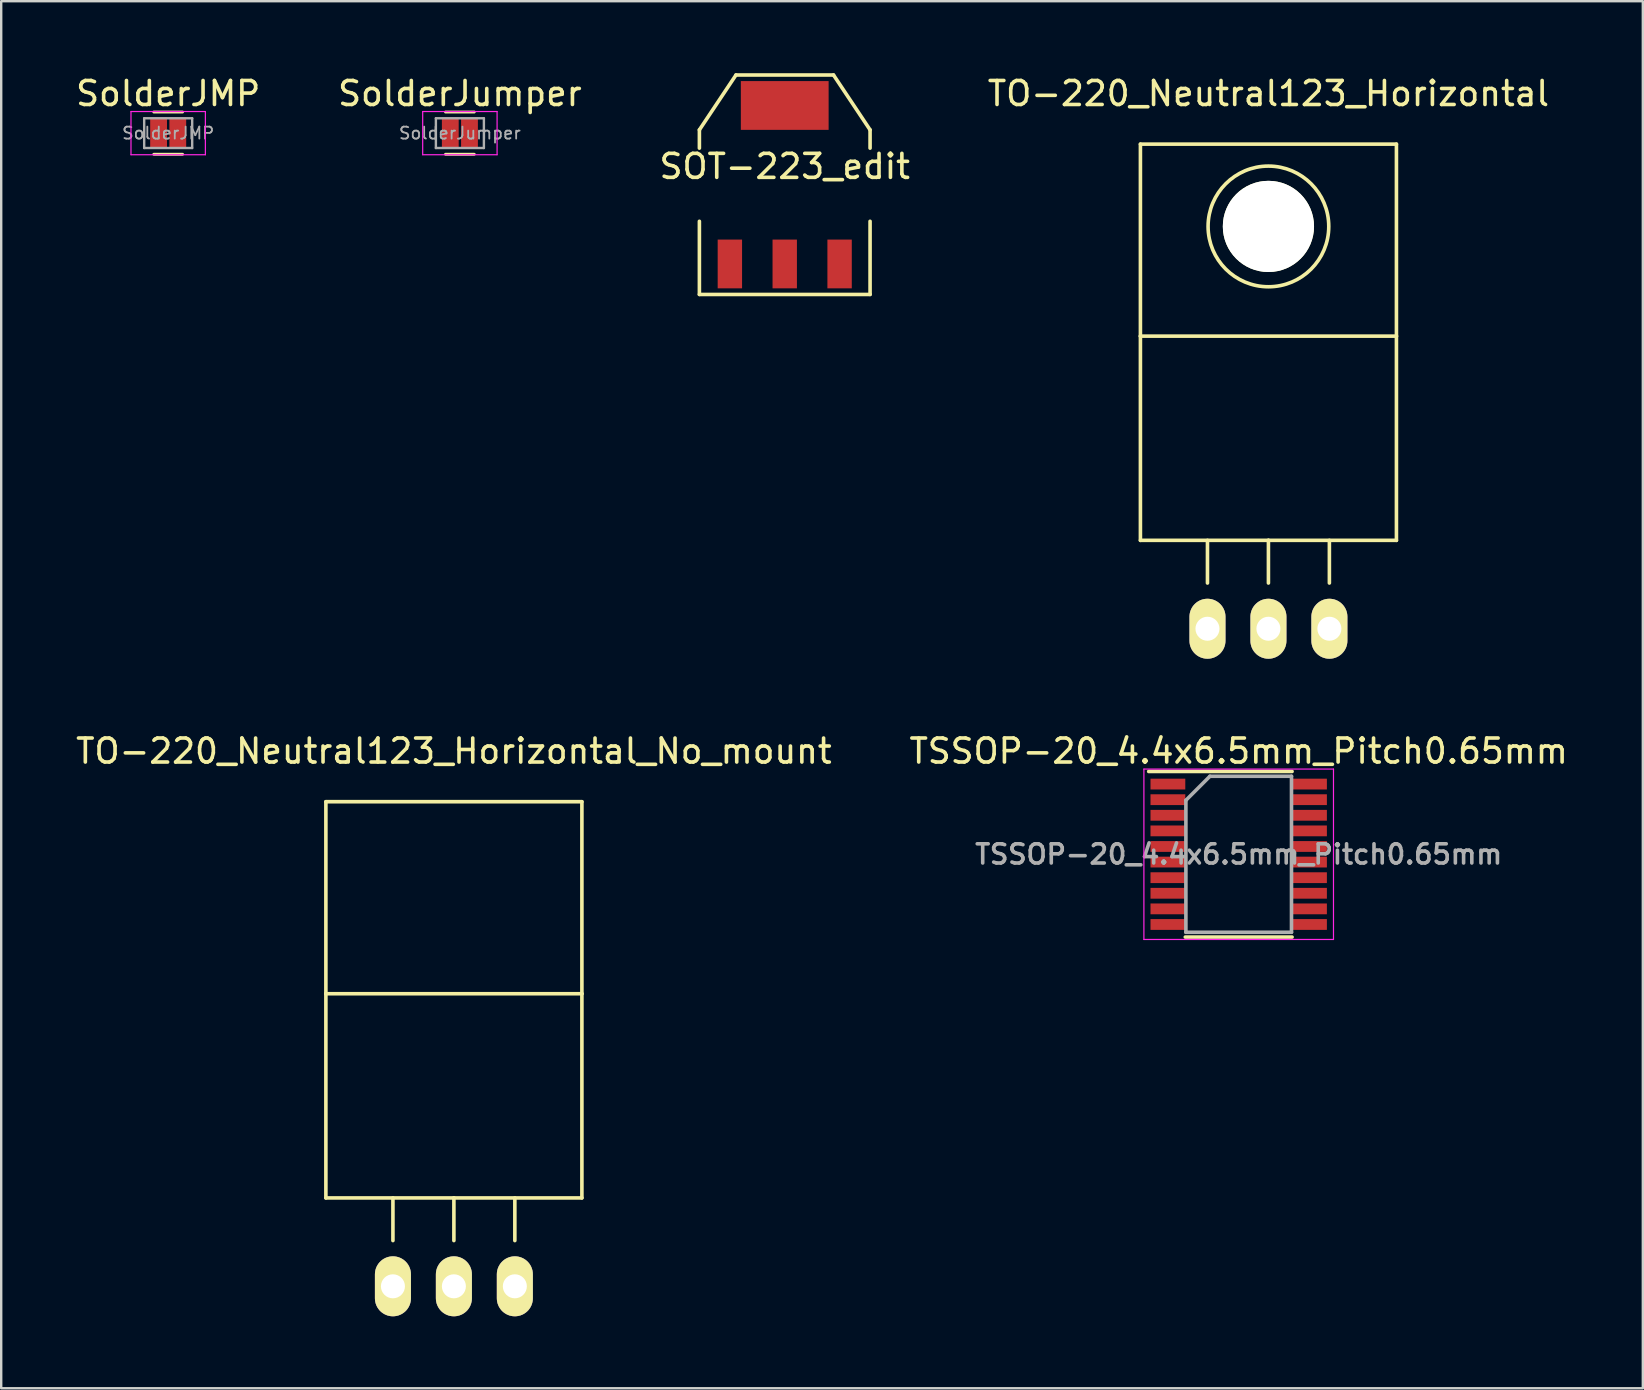
<source format=kicad_pcb>
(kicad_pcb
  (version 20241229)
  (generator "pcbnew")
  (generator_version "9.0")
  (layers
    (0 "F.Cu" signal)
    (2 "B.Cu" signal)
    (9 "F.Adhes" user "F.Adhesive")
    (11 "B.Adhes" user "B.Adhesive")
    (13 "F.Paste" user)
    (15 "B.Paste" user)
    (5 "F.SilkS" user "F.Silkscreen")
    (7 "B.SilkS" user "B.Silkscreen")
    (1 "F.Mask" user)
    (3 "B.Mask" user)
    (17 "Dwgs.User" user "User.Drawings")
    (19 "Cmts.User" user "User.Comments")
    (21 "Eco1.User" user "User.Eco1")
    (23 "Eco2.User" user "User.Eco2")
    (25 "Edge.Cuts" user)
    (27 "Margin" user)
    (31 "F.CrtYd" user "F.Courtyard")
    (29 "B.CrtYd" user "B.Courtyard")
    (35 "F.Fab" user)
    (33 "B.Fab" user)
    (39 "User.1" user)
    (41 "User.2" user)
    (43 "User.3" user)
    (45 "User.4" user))
  (footprint "SolderJumper"
    (layer "F.Cu")
    (at 16.113 2.498)
    (property "Reference" "SolderJumper" (at 0 -1.65 0) (layer "F.SilkS") (effects (font (size 1 1) (thickness 0.15))))
    (attr smd)
    (fp_line (start -0.6 -0.88) (end 0.6 -0.88) (stroke (width 0.12) (type solid)) (layer "F.SilkS"))
    (fp_line (start 0.6 0.88) (end -0.6 0.88) (stroke (width 0.12) (type solid)) (layer "F.SilkS"))
    (fp_line (start -1.55 -0.9) (end -1.55 0.9) (stroke (width 0.05) (type solid)) (layer "F.CrtYd"))
    (fp_line (start -1.55 -0.9) (end 1.55 -0.9) (stroke (width 0.05) (type solid)) (layer "F.CrtYd"))
    (fp_line (start 1.55 0.9) (end -1.55 0.9) (stroke (width 0.05) (type solid)) (layer "F.CrtYd"))
    (fp_line (start 1.55 0.9) (end 1.55 -0.9) (stroke (width 0.05) (type solid)) (layer "F.CrtYd"))
    (fp_line (start -1 -0.62) (end 1 -0.62) (stroke (width 0.1) (type solid)) (layer "F.Fab"))
    (fp_line (start -1 0.62) (end -1 -0.62) (stroke (width 0.1) (type solid)) (layer "F.Fab"))
    (fp_line (start 1 -0.62) (end 1 0.62) (stroke (width 0.1) (type solid)) (layer "F.Fab"))
    (fp_line (start 1 0.62) (end -1 0.62) (stroke (width 0.1) (type solid)) (layer "F.Fab"))
    (fp_text user "${REFERENCE}" (at 0 0 0) (layer "F.Fab") (effects (font (size 0.5 0.5) (thickness 0.075))))
    (pad "1" smd rect (at -0.4 0) (size 0.7 1.3) (layers "F.Cu" "F.Mask" "F.Paste"))
    (pad "2" smd rect (at 0.4 0) (size 0.7 1.3) (layers "F.Cu" "F.Mask" "F.Paste")))
  (footprint "TO-220_Neutral123_Horizontal_No_mount"
    (layer "F.Cu")
    (at 15.863 50.549)
    (property "Reference" "TO-220_Neutral123_Horizontal_No_mount" (at 0 -22.301 0) (layer "F.SilkS") (effects (font (size 1 1) (thickness 0.15))))
    (attr through_hole)
    (fp_line (start -5.334 -20.193) (end -5.334 -12.192) (stroke (width 0.15) (type solid)) (layer "F.SilkS"))
    (fp_line (start -5.334 -12.192) (end -5.334 -3.683) (stroke (width 0.15) (type solid)) (layer "F.SilkS"))
    (fp_line (start -2.54 -3.683) (end -2.54 -1.905) (stroke (width 0.15) (type solid)) (layer "F.SilkS"))
    (fp_line (start 0 -3.683) (end -5.334 -3.683) (stroke (width 0.15) (type solid)) (layer "F.SilkS"))
    (fp_line (start 0 -3.683) (end 0 -1.905) (stroke (width 0.15) (type solid)) (layer "F.SilkS"))
    (fp_line (start 0 -3.683) (end 5.334 -3.683) (stroke (width 0.15) (type solid)) (layer "F.SilkS"))
    (fp_line (start 2.54 -3.683) (end 2.54 -1.905) (stroke (width 0.15) (type solid)) (layer "F.SilkS"))
    (fp_line (start 5.334 -20.193) (end -5.334 -20.193) (stroke (width 0.15) (type solid)) (layer "F.SilkS"))
    (fp_line (start 5.334 -12.192) (end -5.334 -12.192) (stroke (width 0.15) (type solid)) (layer "F.SilkS"))
    (fp_line (start 5.334 -12.192) (end 5.334 -20.193) (stroke (width 0.15) (type solid)) (layer "F.SilkS"))
    (fp_line (start 5.334 -3.683) (end 5.334 -12.192) (stroke (width 0.15) (type solid)) (layer "F.SilkS"))
    (pad "1" thru_hole oval (at -2.54 0 90) (size 2.499 1.501) (drill 1.001) (layers "*.Cu" "*.Mask" "F.SilkS"))
    (pad "2" thru_hole oval (at 0 0 90) (size 2.499 1.501) (drill 1.001) (layers "*.Cu" "*.Mask" "F.SilkS"))
    (pad "3" thru_hole oval (at 2.54 0 90) (size 2.499 1.501) (drill 1.001) (layers "*.Cu" "*.Mask" "F.SilkS")))
  (footprint "TSSOP-20_4.4x6.5mm_Pitch0.65mm"
    (layer "F.Cu")
    (at 48.565 32.547)
    (property "Reference" "TSSOP-20_4.4x6.5mm_Pitch0.65mm" (at 0 -4.3 0) (layer "F.SilkS") (effects (font (size 1 1) (thickness 0.15))))
    (attr smd)
    (fp_line (start -3.75 -3.45) (end 2.225 -3.45) (stroke (width 0.15) (type solid)) (layer "F.SilkS"))
    (fp_line (start -2.225 3.45) (end 2.225 3.45) (stroke (width 0.15) (type solid)) (layer "F.SilkS"))
    (fp_line (start -3.95 -3.55) (end -3.95 3.55) (stroke (width 0.05) (type solid)) (layer "F.CrtYd"))
    (fp_line (start -3.95 -3.55) (end 3.95 -3.55) (stroke (width 0.05) (type solid)) (layer "F.CrtYd"))
    (fp_line (start -3.95 3.55) (end 3.95 3.55) (stroke (width 0.05) (type solid)) (layer "F.CrtYd"))
    (fp_line (start 3.95 -3.55) (end 3.95 3.55) (stroke (width 0.05) (type solid)) (layer "F.CrtYd"))
    (fp_line (start -2.2 -2.25) (end -1.2 -3.25) (stroke (width 0.15) (type solid)) (layer "F.Fab"))
    (fp_line (start -2.2 3.25) (end -2.2 -2.25) (stroke (width 0.15) (type solid)) (layer "F.Fab"))
    (fp_line (start -1.2 -3.25) (end 2.2 -3.25) (stroke (width 0.15) (type solid)) (layer "F.Fab"))
    (fp_line (start 2.2 -3.25) (end 2.2 3.25) (stroke (width 0.15) (type solid)) (layer "F.Fab"))
    (fp_line (start 2.2 3.25) (end -2.2 3.25) (stroke (width 0.15) (type solid)) (layer "F.Fab"))
    (fp_text user "${REFERENCE}" (at 0 0 0) (layer "F.Fab") (effects (font (size 0.8 0.8) (thickness 0.15))))
    (pad "1" smd rect (at -2.95 -2.925) (size 1.45 0.45) (layers "F.Cu" "F.Mask" "F.Paste"))
    (pad "2" smd rect (at -2.95 -2.275) (size 1.45 0.45) (layers "F.Cu" "F.Mask" "F.Paste"))
    (pad "3" smd rect (at -2.95 -1.625) (size 1.45 0.45) (layers "F.Cu" "F.Mask" "F.Paste"))
    (pad "4" smd rect (at -2.95 -0.975) (size 1.45 0.45) (layers "F.Cu" "F.Mask" "F.Paste"))
    (pad "5" smd rect (at -2.95 -0.325) (size 1.45 0.45) (layers "F.Cu" "F.Mask" "F.Paste"))
    (pad "6" smd rect (at -2.95 0.325) (size 1.45 0.45) (layers "F.Cu" "F.Mask" "F.Paste"))
    (pad "7" smd rect (at -2.95 0.975) (size 1.45 0.45) (layers "F.Cu" "F.Mask" "F.Paste"))
    (pad "8" smd rect (at -2.95 1.625) (size 1.45 0.45) (layers "F.Cu" "F.Mask" "F.Paste"))
    (pad "9" smd rect (at -2.95 2.275) (size 1.45 0.45) (layers "F.Cu" "F.Mask" "F.Paste"))
    (pad "10" smd rect (at -2.95 2.925) (size 1.45 0.45) (layers "F.Cu" "F.Mask" "F.Paste"))
    (pad "11" smd rect (at 2.95 2.925) (size 1.45 0.45) (layers "F.Cu" "F.Mask" "F.Paste"))
    (pad "12" smd rect (at 2.95 2.275) (size 1.45 0.45) (layers "F.Cu" "F.Mask" "F.Paste"))
    (pad "13" smd rect (at 2.95 1.625) (size 1.45 0.45) (layers "F.Cu" "F.Mask" "F.Paste"))
    (pad "14" smd rect (at 2.95 0.975) (size 1.45 0.45) (layers "F.Cu" "F.Mask" "F.Paste"))
    (pad "15" smd rect (at 2.95 0.325) (size 1.45 0.45) (layers "F.Cu" "F.Mask" "F.Paste"))
    (pad "16" smd rect (at 2.95 -0.325) (size 1.45 0.45) (layers "F.Cu" "F.Mask" "F.Paste"))
    (pad "17" smd rect (at 2.95 -0.975) (size 1.45 0.45) (layers "F.Cu" "F.Mask" "F.Paste"))
    (pad "18" smd rect (at 2.95 -1.625) (size 1.45 0.45) (layers "F.Cu" "F.Mask" "F.Paste"))
    (pad "19" smd rect (at 2.95 -2.275) (size 1.45 0.45) (layers "F.Cu" "F.Mask" "F.Paste"))
    (pad "20" smd rect (at 2.95 -2.925) (size 1.45 0.45) (layers "F.Cu" "F.Mask" "F.Paste")))
  (footprint "SolderJMP"
    (layer "F.Cu")
    (at 3.958 2.498)
    (property "Reference" "SolderJMP" (at 0 -1.65 0) (layer "F.SilkS") (effects (font (size 1 1) (thickness 0.15))))
    (attr smd)
    (fp_line (start -0.6 -0.88) (end 0.6 -0.88) (stroke (width 0.12) (type solid)) (layer "F.SilkS"))
    (fp_line (start 0.6 0.88) (end -0.6 0.88) (stroke (width 0.12) (type solid)) (layer "F.SilkS"))
    (fp_line (start -1.55 -0.9) (end -1.55 0.9) (stroke (width 0.05) (type solid)) (layer "F.CrtYd"))
    (fp_line (start -1.55 -0.9) (end 1.55 -0.9) (stroke (width 0.05) (type solid)) (layer "F.CrtYd"))
    (fp_line (start 1.55 0.9) (end -1.55 0.9) (stroke (width 0.05) (type solid)) (layer "F.CrtYd"))
    (fp_line (start 1.55 0.9) (end 1.55 -0.9) (stroke (width 0.05) (type solid)) (layer "F.CrtYd"))
    (fp_line (start -1 -0.62) (end 1 -0.62) (stroke (width 0.1) (type solid)) (layer "F.Fab"))
    (fp_line (start -1 0.62) (end -1 -0.62) (stroke (width 0.1) (type solid)) (layer "F.Fab"))
    (fp_line (start 1 -0.62) (end 1 0.62) (stroke (width 0.1) (type solid)) (layer "F.Fab"))
    (fp_line (start 1 0.62) (end -1 0.62) (stroke (width 0.1) (type solid)) (layer "F.Fab"))
    (fp_text user "${REFERENCE}" (at 0 0 0) (layer "F.Fab") (effects (font (size 0.5 0.5) (thickness 0.075))))
    (pad "1" smd rect (at -0.4 0) (size 0.7 1.3) (layers "F.Cu" "F.Mask" "F.Paste"))
    (pad "2" smd rect (at 0.4 0) (size 0.7 1.3) (layers "F.Cu" "F.Mask" "F.Paste")))
  (footprint "TO-220_Neutral123_Horizontal"
    (layer "F.Cu")
    (at 49.804 23.149)
    (property "Reference" "TO-220_Neutral123_Horizontal" (at 0 -22.301 0) (layer "F.SilkS") (effects (font (size 1 1) (thickness 0.15))))
    (attr through_hole)
    (fp_line (start -5.334 -20.193) (end -5.334 -12.192) (stroke (width 0.15) (type solid)) (layer "F.SilkS"))
    (fp_line (start -5.334 -12.192) (end -5.334 -3.683) (stroke (width 0.15) (type solid)) (layer "F.SilkS"))
    (fp_line (start -2.54 -3.683) (end -2.54 -1.905) (stroke (width 0.15) (type solid)) (layer "F.SilkS"))
    (fp_line (start 0 -3.683) (end -5.334 -3.683) (stroke (width 0.15) (type solid)) (layer "F.SilkS"))
    (fp_line (start 0 -3.683) (end 0 -1.905) (stroke (width 0.15) (type solid)) (layer "F.SilkS"))
    (fp_line (start 0 -3.683) (end 5.334 -3.683) (stroke (width 0.15) (type solid)) (layer "F.SilkS"))
    (fp_line (start 2.54 -3.683) (end 2.54 -1.905) (stroke (width 0.15) (type solid)) (layer "F.SilkS"))
    (fp_line (start 5.334 -20.193) (end -5.334 -20.193) (stroke (width 0.15) (type solid)) (layer "F.SilkS"))
    (fp_line (start 5.334 -12.192) (end -5.334 -12.192) (stroke (width 0.15) (type solid)) (layer "F.SilkS"))
    (fp_line (start 5.334 -12.192) (end 5.334 -20.193) (stroke (width 0.15) (type solid)) (layer "F.SilkS"))
    (fp_line (start 5.334 -3.683) (end 5.334 -12.192) (stroke (width 0.15) (type solid)) (layer "F.SilkS"))
    (fp_circle (center 0 -16.764) (end 1.778 -14.986) (stroke (width 0.15) (type solid)) (fill no) (layer "F.SilkS"))
    (pad "" np_thru_hole circle (at 0 -16.764 90) (size 3.8 3.8) (drill 3.8) (layers "*.Cu" "*.Mask" "F.SilkS"))
    (pad "1" thru_hole oval (at -2.54 0 90) (size 2.499 1.501) (drill 1.001) (layers "*.Cu" "*.Mask" "F.SilkS"))
    (pad "2" thru_hole oval (at 0 0 90) (size 2.499 1.501) (drill 1.001) (layers "*.Cu" "*.Mask" "F.SilkS"))
    (pad "3" thru_hole oval (at 2.54 0 90) (size 2.499 1.501) (drill 1.001) (layers "*.Cu" "*.Mask" "F.SilkS")))
  (footprint "SOT-223_edit"
    (layer "F.Cu")
    (at 29.649 4.647)
    (property "Reference" "SOT-223_edit" (at 0 -0.762 0) (layer "F.SilkS") (effects (font (size 1 1) (thickness 0.15))))
    (attr smd)
    (fp_line (start -3.556 -2.286) (end -2.032 -4.572) (stroke (width 0.15) (type solid)) (layer "F.SilkS"))
    (fp_line (start -3.556 -1.524) (end -3.556 -2.286) (stroke (width 0.15) (type solid)) (layer "F.SilkS"))
    (fp_line (start -3.556 1.524) (end -3.556 4.572) (stroke (width 0.15) (type solid)) (layer "F.SilkS"))
    (fp_line (start -3.556 4.572) (end 3.556 4.572) (stroke (width 0.15) (type solid)) (layer "F.SilkS"))
    (fp_line (start -2.032 -4.572) (end 2.032 -4.572) (stroke (width 0.15) (type solid)) (layer "F.SilkS"))
    (fp_line (start 2.032 -4.572) (end 3.556 -2.286) (stroke (width 0.15) (type solid)) (layer "F.SilkS"))
    (fp_line (start 3.556 -2.286) (end 3.556 -1.524) (stroke (width 0.15) (type solid)) (layer "F.SilkS"))
    (fp_line (start 3.556 4.572) (end 3.556 1.524) (stroke (width 0.15) (type solid)) (layer "F.SilkS"))
    (pad "1" smd rect (at -2.286 3.302) (size 1.016 2.032) (layers "F.Cu" "F.Mask" "F.Paste"))
    (pad "2" smd rect (at 0 -3.302) (size 3.658 2.032) (layers "F.Cu" "F.Mask" "F.Paste"))
    (pad "2" smd rect (at 0 3.302) (size 1.016 2.032) (layers "F.Cu" "F.Mask" "F.Paste"))
    (pad "3" smd rect (at 2.286 3.302) (size 1.016 2.032) (layers "F.Cu" "F.Mask" "F.Paste")))
  (gr_rect
    (start -3 -3)
    (end 65.405 54.798)
    (stroke (width 0.1) (type default))
    (fill no)
    (layer "Edge.Cuts")))
</source>
